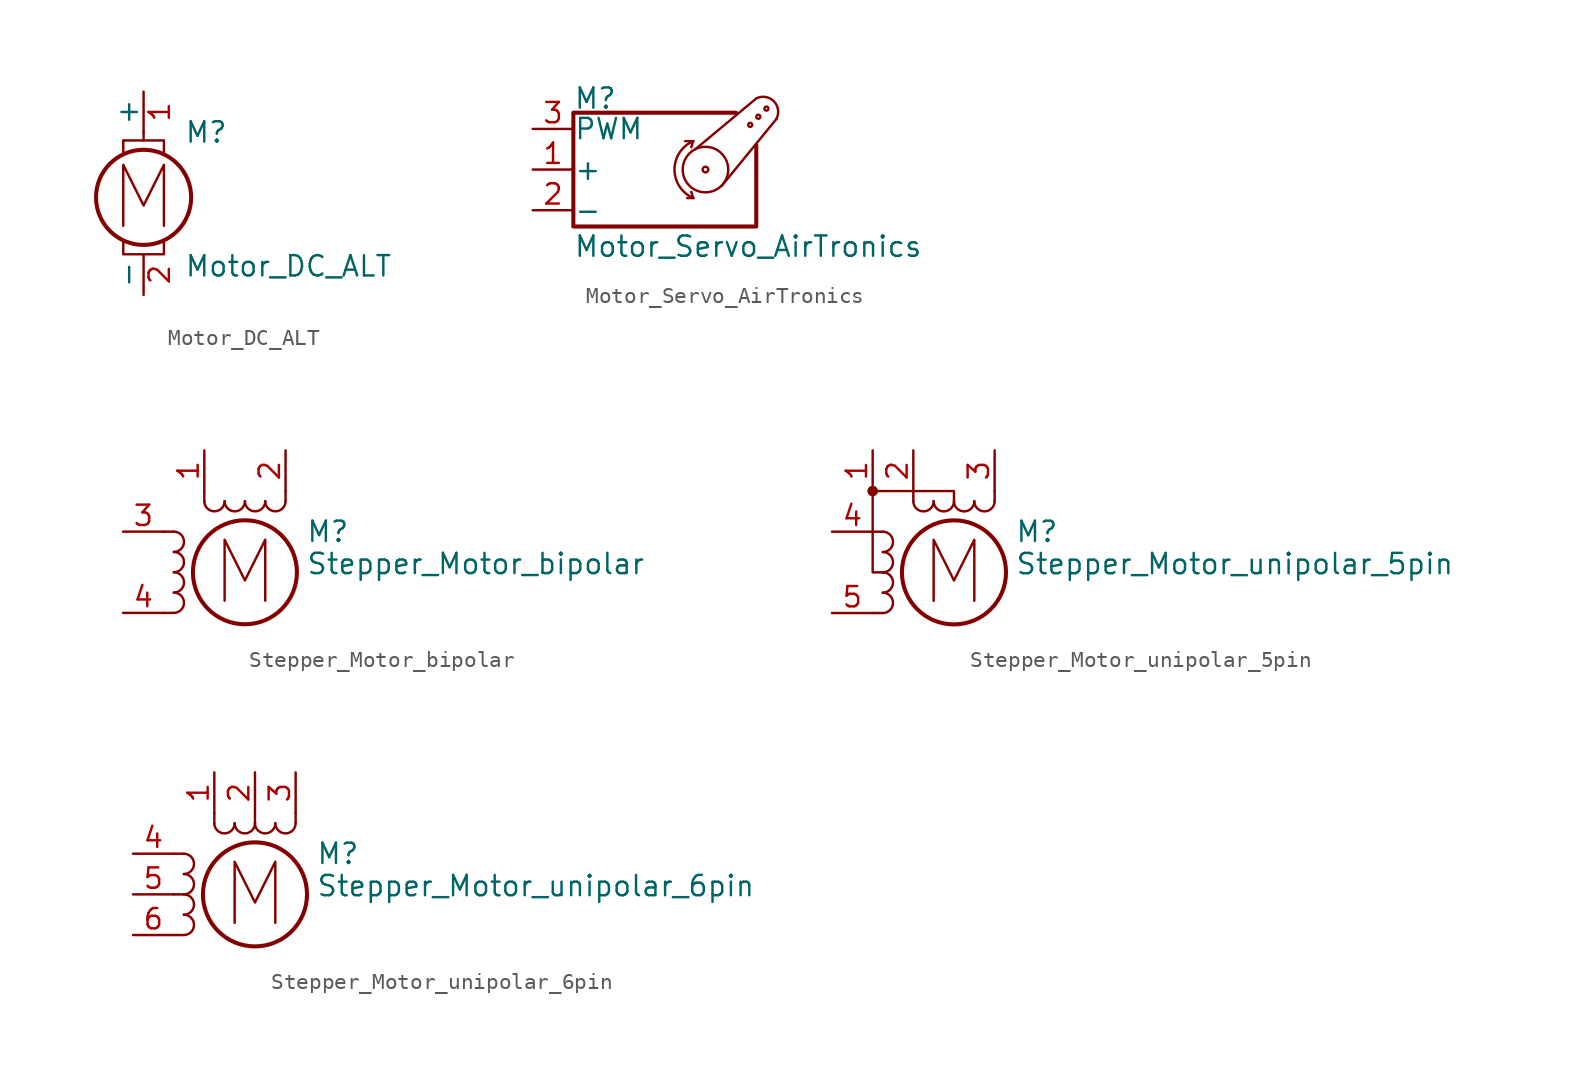
<source format=kicad_sym>
(kicad_symbol_lib
  (version 20201005)
  (generator kicad_symbol_editor)
  (symbol "Motor:Motor_DC_ALT"
    (pin_names
      (offset 0))
    (property "Reference" "M"
      (at 2.54 2.54 0)
      (effects (font (size 1.27 1.27)) (justify left)))
    (property "Value" "Motor_DC_ALT"
      (at 2.54 -5.08 0)
      (effects (font (size 1.27 1.27)) (justify left top)))
    (symbol "Motor_DC_ALT_0_0"
      (circle (center 0 -1.524) (radius 2.972) (stroke (width 0.254)) (fill (type none)))
      (polyline (pts (xy -1.27 -4.318) (xy -1.27 -5.08) (xy 1.27 -5.08) (xy 1.27 -4.318)) (stroke (width 0)) (fill (type none)))
      (polyline (pts (xy -1.27 1.27) (xy -1.27 2.032) (xy 1.27 2.032) (xy 1.27 1.27)) (stroke (width 0)) (fill (type none)))
      (polyline (pts (xy -1.27 -3.302) (xy -1.27 0.508) (xy 0 -2.032) (xy 1.27 0.508) (xy 1.27 -3.302)) (stroke (width 0)) (fill (type none))))
    (symbol "Motor_DC_ALT_0_1"
      (polyline (pts (xy 0 2.032) (xy 0 2.54)) (stroke (width 0)) (fill (type none))))
    (symbol "Motor_DC_ALT_1_1"
      (pin passive line (at 0 5.08 270) (length 2.54) (name "+" (effects (font (size 1.27 1.27)))) (number "1" (effects (font (size 1.27 1.27)))))
      (pin passive line (at 0 -7.62 90) (length 2.54) (name "-" (effects (font (size 1.27 1.27)))) (number "2" (effects (font (size 1.27 1.27)))))))
  (symbol "Motor:Motor_Servo_AirTronics"
    (pin_names
      (offset 0.025))
    (property "Reference" "M"
      (at -5.08 4.445 0)
      (effects (font (size 1.27 1.27)) (justify left)))
    (property "Value" "Motor_Servo_AirTronics"
      (at -5.08 -4.064 0)
      (effects (font (size 1.27 1.27)) (justify left top)))
    (symbol "Motor_Servo_AirTronics_0_1"
      (arc (start 2.413 1.778) (end 2.413 -1.778) (radius (at 3.175 0) (length 1.9304) (angles 113.2 -113.2)) (stroke (width 0)) (fill (type none)))
      (arc (start 6.35 4.445) (end 7.62 3.175) (radius (at 6.7818 3.6068) (length 0.9398) (angles 117.3 -27.3)) (stroke (width 0)) (fill (type none)))
      (circle (center 3.175 0) (radius 0.178) (stroke (width 0)) (fill (type none)))
      (circle (center 3.175 0) (radius 1.422) (stroke (width 0)) (fill (type none)))
      (circle (center 5.969 2.794) (radius 0.127) (stroke (width 0)) (fill (type none)))
      (circle (center 6.477 3.302) (radius 0.127) (stroke (width 0)) (fill (type none)))
      (circle (center 6.985 3.81) (radius 0.127) (stroke (width 0)) (fill (type none)))
      (polyline (pts (xy 2.413 -1.778) (xy 2.032 -1.778)) (stroke (width 0)) (fill (type none)))
      (polyline (pts (xy 2.413 -1.778) (xy 2.286 -1.397)) (stroke (width 0)) (fill (type none)))
      (polyline (pts (xy 2.413 1.778) (xy 1.905 1.778)) (stroke (width 0)) (fill (type none)))
      (polyline (pts (xy 2.413 1.778) (xy 2.286 1.397)) (stroke (width 0)) (fill (type none)))
      (polyline (pts (xy 6.35 4.445) (xy 2.54 1.27)) (stroke (width 0)) (fill (type none)))
      (polyline (pts (xy 7.62 3.175) (xy 4.191 -1.016)) (stroke (width 0)) (fill (type none)))
      (polyline (pts (xy 6.35 1.524) (xy 6.35 -3.556) (xy -5.08 -3.556) (xy -5.08 3.556) (xy 5.08 3.556)) (stroke (width 0.254)) (fill (type none))))
    (symbol "Motor_Servo_AirTronics_1_1"
      (pin passive line (at -7.62 0 0) (length 2.54) (name "+" (effects (font (size 1.27 1.27)))) (number "1" (effects (font (size 1.27 1.27)))))
      (pin passive line (at -7.62 -2.54 0) (length 2.54) (name "-" (effects (font (size 1.27 1.27)))) (number "2" (effects (font (size 1.27 1.27)))))
      (pin passive line (at -7.62 2.54 0) (length 2.54) (name "PWM" (effects (font (size 1.27 1.27)))) (number "3" (effects (font (size 1.27 1.27)))))))
  (symbol "Motor:Stepper_Motor_bipolar"
    (pin_names
      (offset 0) hide)
    (property "Reference" "M"
      (at 3.81 2.54 0)
      (effects (font (size 1.27 1.27)) (justify left)))
    (property "Value" "Stepper_Motor_bipolar"
      (at 3.81 1.27 0)
      (effects (font (size 1.27 1.27)) (justify left top)))
    (symbol "Stepper_Motor_bipolar_0_0"
      (polyline (pts (xy -1.27 -1.778) (xy -1.27 2.032) (xy 0 -0.508) (xy 1.27 2.032) (xy 1.27 -1.778)) (stroke (width 0)) (fill (type none))))
    (symbol "Stepper_Motor_bipolar_0_1"
      (arc (start -4.445 -2.54) (end -4.445 -1.27) (radius (at -4.445 -1.905) (length 0.635) (angles -89.9 89.9)) (stroke (width 0)) (fill (type none)))
      (arc (start -4.445 -1.27) (end -4.445 0) (radius (at -4.445 -0.635) (length 0.635) (angles -89.9 89.9)) (stroke (width 0)) (fill (type none)))
      (arc (start -4.445 0) (end -4.445 1.27) (radius (at -4.445 0.635) (length 0.635) (angles -89.9 89.9)) (stroke (width 0)) (fill (type none)))
      (arc (start -4.445 1.27) (end -4.445 2.54) (radius (at -4.445 1.905) (length 0.635) (angles -89.9 89.9)) (stroke (width 0)) (fill (type none)))
      (arc (start -2.54 4.445) (end -1.27 4.445) (radius (at -1.905 4.445) (length 0.635) (angles -179.9 -0.1)) (stroke (width 0)) (fill (type none)))
      (arc (start -1.27 4.445) (end 0 4.445) (radius (at -0.635 4.445) (length 0.635) (angles -179.9 -0.1)) (stroke (width 0)) (fill (type none)))
      (arc (start 0 4.445) (end 1.27 4.445) (radius (at 0.635 4.445) (length 0.635) (angles -179.9 -0.1)) (stroke (width 0)) (fill (type none)))
      (arc (start 1.27 4.445) (end 2.54 4.445) (radius (at 1.905 4.445) (length 0.635) (angles -179.9 -0.1)) (stroke (width 0)) (fill (type none)))
      (circle (center 0 0) (radius 3.251) (stroke (width 0.254)) (fill (type none)))
      (polyline (pts (xy -5.08 -2.54) (xy -4.445 -2.54)) (stroke (width 0)) (fill (type none)))
      (polyline (pts (xy -5.08 2.54) (xy -4.445 2.54)) (stroke (width 0)) (fill (type none)))
      (polyline (pts (xy -2.54 5.08) (xy -2.54 4.445)) (stroke (width 0)) (fill (type none)))
      (polyline (pts (xy 2.54 5.08) (xy 2.54 4.445)) (stroke (width 0)) (fill (type none))))
    (symbol "Stepper_Motor_bipolar_1_1"
      (pin passive line (at -2.54 7.62 270) (length 2.54) (name "~" (effects (font (size 1.27 1.27)))) (number "1" (effects (font (size 1.27 1.27)))))
      (pin passive line (at 2.54 7.62 270) (length 2.54) (name "-" (effects (font (size 1.27 1.27)))) (number "2" (effects (font (size 1.27 1.27)))))
      (pin passive line (at -7.62 2.54 0) (length 2.54) (name "~" (effects (font (size 1.27 1.27)))) (number "3" (effects (font (size 1.27 1.27)))))
      (pin passive line (at -7.62 -2.54 0) (length 2.54) (name "~" (effects (font (size 1.27 1.27)))) (number "4" (effects (font (size 1.27 1.27)))))))
  (symbol "Motor:Stepper_Motor_unipolar_5pin"
    (pin_names
      (offset 0) hide)
    (property "Reference" "M"
      (at 3.81 2.54 0)
      (effects (font (size 1.27 1.27)) (justify left)))
    (property "Value" "Stepper_Motor_unipolar_5pin"
      (at 3.81 1.27 0)
      (effects (font (size 1.27 1.27)) (justify left top)))
    (symbol "Stepper_Motor_unipolar_5pin_0_0"
      (polyline (pts (xy -1.27 -1.778) (xy -1.27 2.032) (xy 0 -0.508) (xy 1.27 2.032) (xy 1.27 -1.778)) (stroke (width 0)) (fill (type none))))
    (symbol "Stepper_Motor_unipolar_5pin_0_1"
      (arc (start -4.445 -2.54) (end -4.445 -1.27) (radius (at -4.445 -1.905) (length 0.635) (angles -89.9 89.9)) (stroke (width 0)) (fill (type none)))
      (arc (start -4.445 -1.27) (end -4.445 0) (radius (at -4.445 -0.635) (length 0.635) (angles -89.9 89.9)) (stroke (width 0)) (fill (type none)))
      (arc (start -4.445 0) (end -4.445 1.27) (radius (at -4.445 0.635) (length 0.635) (angles -89.9 89.9)) (stroke (width 0)) (fill (type none)))
      (arc (start -4.445 1.27) (end -4.445 2.54) (radius (at -4.445 1.905) (length 0.635) (angles -89.9 89.9)) (stroke (width 0)) (fill (type none)))
      (arc (start -2.54 4.445) (end -1.27 4.445) (radius (at -1.905 4.445) (length 0.635) (angles -179.9 -0.1)) (stroke (width 0)) (fill (type none)))
      (arc (start -1.27 4.445) (end 0 4.445) (radius (at -0.635 4.445) (length 0.635) (angles -179.9 -0.1)) (stroke (width 0)) (fill (type none)))
      (arc (start 0 4.445) (end 1.27 4.445) (radius (at 0.635 4.445) (length 0.635) (angles -179.9 -0.1)) (stroke (width 0)) (fill (type none)))
      (arc (start 1.27 4.445) (end 2.54 4.445) (radius (at 1.905 4.445) (length 0.635) (angles -179.9 -0.1)) (stroke (width 0)) (fill (type none)))
      (circle (center -5.08 5.08) (radius 0) (stroke (width 0)) (fill (type outline)))
      (circle (center -5.08 5.08) (radius 0.254) (stroke (width 0)) (fill (type outline)))
      (circle (center 0 0) (radius 3.251) (stroke (width 0.254)) (fill (type none)))
      (polyline (pts (xy -5.08 -2.54) (xy -4.445 -2.54)) (stroke (width 0)) (fill (type none)))
      (polyline (pts (xy -5.08 2.54) (xy -4.445 2.54)) (stroke (width 0)) (fill (type none)))
      (polyline (pts (xy -2.54 4.445) (xy -2.54 5.08)) (stroke (width 0)) (fill (type none)))
      (polyline (pts (xy 2.54 4.445) (xy 2.54 5.08)) (stroke (width 0)) (fill (type none)))
      (polyline (pts (xy -5.08 5.08) (xy -5.08 0) (xy -4.445 0)) (stroke (width 0)) (fill (type none)))
      (polyline (pts (xy 0 4.445) (xy 0 5.08) (xy -5.08 5.08)) (stroke (width 0)) (fill (type none))))
    (symbol "Stepper_Motor_unipolar_5pin_1_1"
      (pin passive line (at -5.08 7.62 270) (length 2.54) (name "~" (effects (font (size 1.27 1.27)))) (number "1" (effects (font (size 1.27 1.27)))))
      (pin passive line (at -2.54 7.62 270) (length 2.54) (name "~" (effects (font (size 1.27 1.27)))) (number "2" (effects (font (size 1.27 1.27)))))
      (pin passive line (at 2.54 7.62 270) (length 2.54) (name "-" (effects (font (size 1.27 1.27)))) (number "3" (effects (font (size 1.27 1.27)))))
      (pin passive line (at -7.62 2.54 0) (length 2.54) (name "~" (effects (font (size 1.27 1.27)))) (number "4" (effects (font (size 1.27 1.27)))))
      (pin passive line (at -7.62 -2.54 0) (length 2.54) (name "~" (effects (font (size 1.27 1.27)))) (number "5" (effects (font (size 1.27 1.27)))))))
  (symbol "Motor:Stepper_Motor_unipolar_6pin"
    (pin_names
      (offset 0) hide)
    (property "Reference" "M"
      (at 3.81 2.54 0)
      (effects (font (size 1.27 1.27)) (justify left)))
    (property "Value" "Stepper_Motor_unipolar_6pin"
      (at 3.81 1.27 0)
      (effects (font (size 1.27 1.27)) (justify left top)))
    (symbol "Stepper_Motor_unipolar_6pin_0_0"
      (polyline (pts (xy -1.27 -1.778) (xy -1.27 2.032) (xy 0 -0.508) (xy 1.27 2.032) (xy 1.27 -1.778)) (stroke (width 0)) (fill (type none))))
    (symbol "Stepper_Motor_unipolar_6pin_0_1"
      (arc (start -4.445 -2.54) (end -4.445 -1.27) (radius (at -4.445 -1.905) (length 0.635) (angles -89.9 89.9)) (stroke (width 0)) (fill (type none)))
      (arc (start -4.445 -1.27) (end -4.445 0) (radius (at -4.445 -0.635) (length 0.635) (angles -89.9 89.9)) (stroke (width 0)) (fill (type none)))
      (arc (start -4.445 0) (end -4.445 1.27) (radius (at -4.445 0.635) (length 0.635) (angles -89.9 89.9)) (stroke (width 0)) (fill (type none)))
      (arc (start -4.445 1.27) (end -4.445 2.54) (radius (at -4.445 1.905) (length 0.635) (angles -89.9 89.9)) (stroke (width 0)) (fill (type none)))
      (arc (start -2.54 4.445) (end -1.27 4.445) (radius (at -1.905 4.445) (length 0.635) (angles -179.9 -0.1)) (stroke (width 0)) (fill (type none)))
      (arc (start -1.27 4.445) (end 0 4.445) (radius (at -0.635 4.445) (length 0.635) (angles -179.9 -0.1)) (stroke (width 0)) (fill (type none)))
      (arc (start 0 4.445) (end 1.27 4.445) (radius (at 0.635 4.445) (length 0.635) (angles -179.9 -0.1)) (stroke (width 0)) (fill (type none)))
      (arc (start 1.27 4.445) (end 2.54 4.445) (radius (at 1.905 4.445) (length 0.635) (angles -179.9 -0.1)) (stroke (width 0)) (fill (type none)))
      (circle (center 0 0) (radius 3.251) (stroke (width 0.254)) (fill (type none)))
      (polyline (pts (xy -5.08 -2.54) (xy -4.445 -2.54)) (stroke (width 0)) (fill (type none)))
      (polyline (pts (xy -5.08 2.54) (xy -4.445 2.54)) (stroke (width 0)) (fill (type none)))
      (polyline (pts (xy -4.445 0) (xy -5.08 0)) (stroke (width 0)) (fill (type none)))
      (polyline (pts (xy -2.54 4.445) (xy -2.54 5.08)) (stroke (width 0)) (fill (type none)))
      (polyline (pts (xy 0 4.445) (xy 0 5.08)) (stroke (width 0)) (fill (type none)))
      (polyline (pts (xy 2.54 4.445) (xy 2.54 5.08)) (stroke (width 0)) (fill (type none))))
    (symbol "Stepper_Motor_unipolar_6pin_1_1"
      (pin passive line (at -2.54 7.62 270) (length 2.54) (name "~" (effects (font (size 1.27 1.27)))) (number "1" (effects (font (size 1.27 1.27)))))
      (pin passive line (at 0 7.62 270) (length 2.54) (name "~" (effects (font (size 1.27 1.27)))) (number "2" (effects (font (size 1.27 1.27)))))
      (pin passive line (at 2.54 7.62 270) (length 2.54) (name "-" (effects (font (size 1.27 1.27)))) (number "3" (effects (font (size 1.27 1.27)))))
      (pin passive line (at -7.62 2.54 0) (length 2.54) (name "~" (effects (font (size 1.27 1.27)))) (number "4" (effects (font (size 1.27 1.27)))))
      (pin passive line (at -7.62 0 0) (length 2.54) (name "~" (effects (font (size 1.27 1.27)))) (number "5" (effects (font (size 1.27 1.27)))))
      (pin passive line (at -7.62 -2.54 0) (length 2.54) (name "~" (effects (font (size 1.27 1.27)))) (number "6" (effects (font (size 1.27 1.27))))))))
</source>
